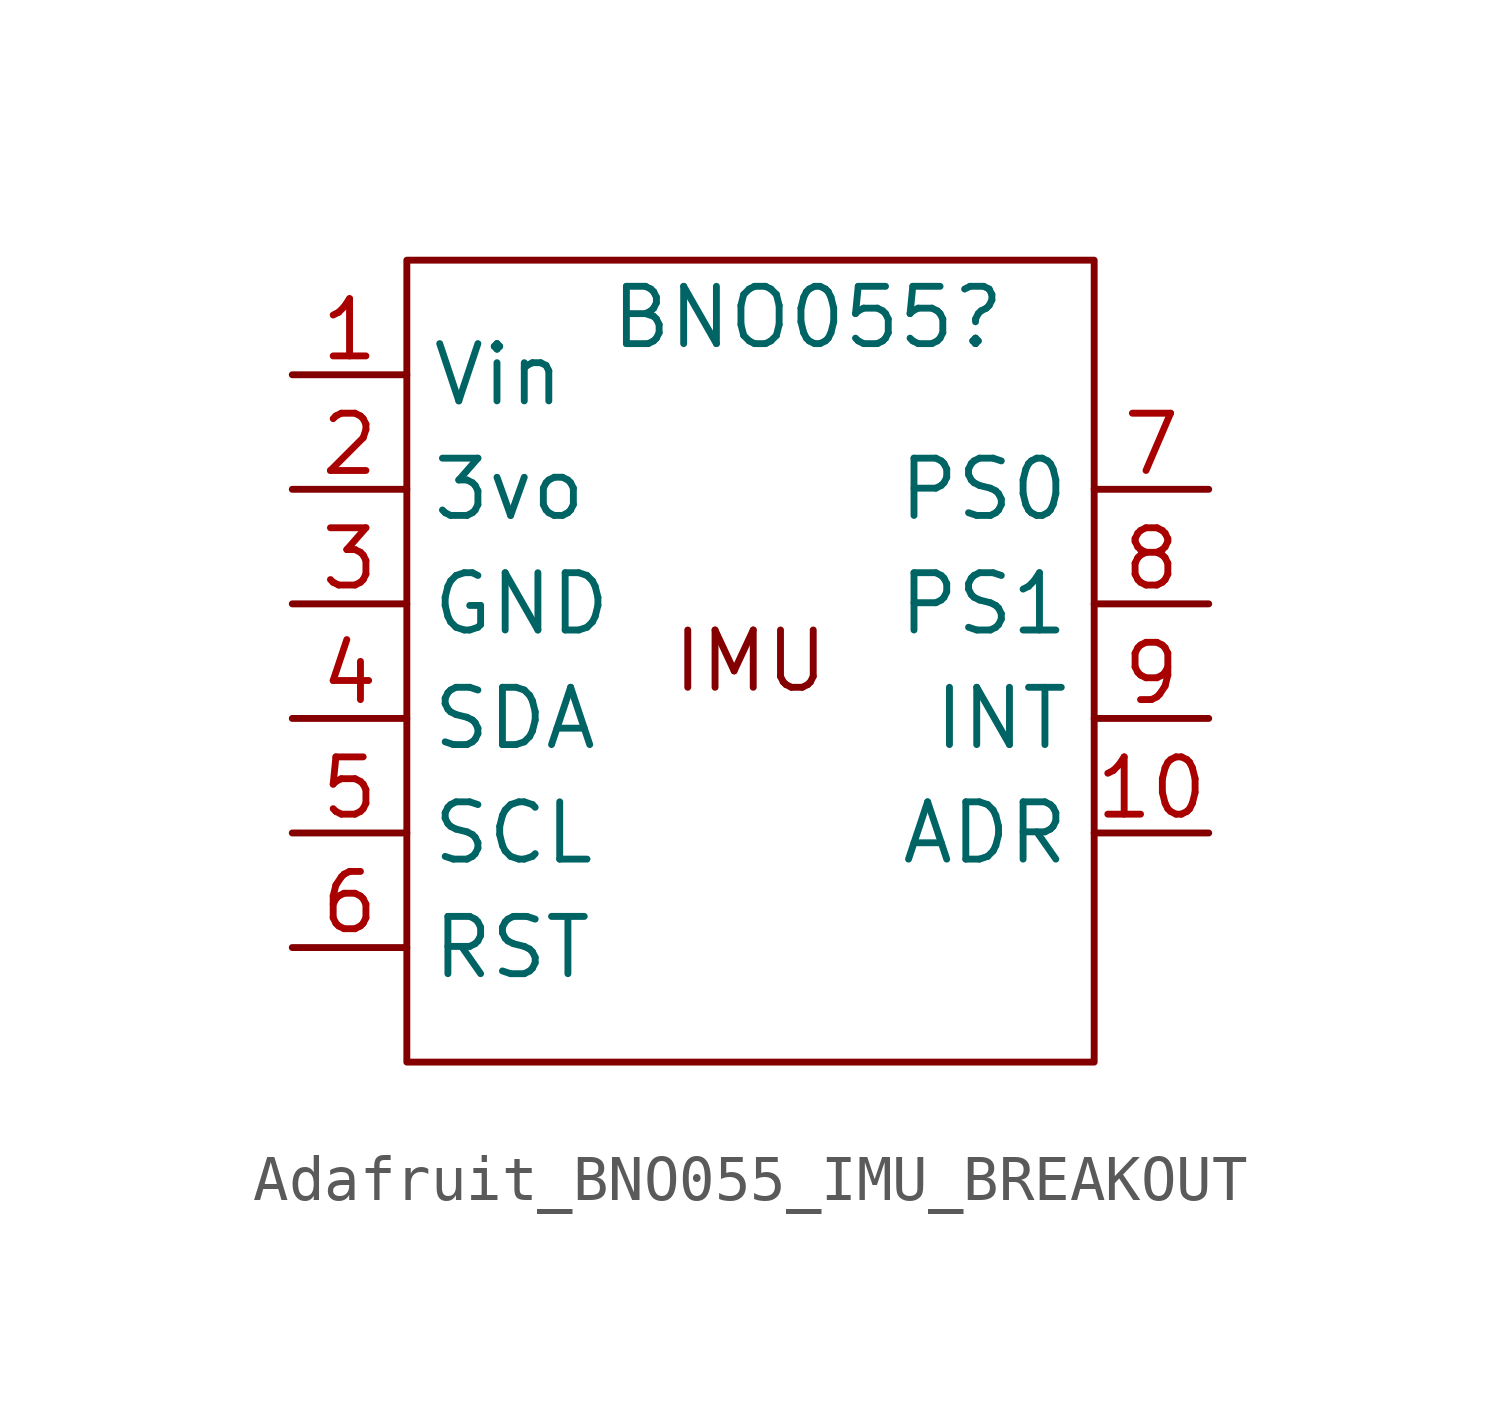
<source format=kicad_sym>
(kicad_symbol_lib
  (version 20220914)
  (generator kicad_symbol_editor)
  (symbol "Adafruit_BNO055_IMU_BREAKOUT"
    (property "Reference" "BNO055"
      (at 1.27 7.62 0)
      (effects (font (size 1.27 1.27))))
    (property "Value" ""
      (at 0 -1.27 0)
      (effects (font (size 1.27 1.27))))
    (symbol "Adafruit_BNO055_IMU_BREAKOUT_0_1"
      (rectangle (start -7.62 8.89) (end 7.62 -8.89) (stroke (width 0) (type default)) (fill (type none)))
      (text "IMU" (at 0 0 0) (effects (font (size 1.27 1.27)))))
    (symbol "Adafruit_BNO055_IMU_BREAKOUT_1_1"
      (pin input line (at -10.16 6.35 0) (length 2.54) (name "Vin" (effects (font (size 1.27 1.27)))) (number "1" (effects (font (size 1.27 1.27)))))
      (pin input line (at 10.16 -3.81 180) (length 2.54) (name "ADR" (effects (font (size 1.27 1.27)))) (number "10" (effects (font (size 1.27 1.27)))))
      (pin input line (at -10.16 3.81 0) (length 2.54) (name "3vo" (effects (font (size 1.27 1.27)))) (number "2" (effects (font (size 1.27 1.27)))))
      (pin input line (at -10.16 1.27 0) (length 2.54) (name "GND" (effects (font (size 1.27 1.27)))) (number "3" (effects (font (size 1.27 1.27)))))
      (pin input line (at -10.16 -1.27 0) (length 2.54) (name "SDA" (effects (font (size 1.27 1.27)))) (number "4" (effects (font (size 1.27 1.27)))))
      (pin input line (at -10.16 -3.81 0) (length 2.54) (name "SCL" (effects (font (size 1.27 1.27)))) (number "5" (effects (font (size 1.27 1.27)))))
      (pin input line (at -10.16 -6.35 0) (length 2.54) (name "RST" (effects (font (size 1.27 1.27)))) (number "6" (effects (font (size 1.27 1.27)))))
      (pin input line (at 10.16 3.81 180) (length 2.54) (name "PS0" (effects (font (size 1.27 1.27)))) (number "7" (effects (font (size 1.27 1.27)))))
      (pin input line (at 10.16 1.27 180) (length 2.54) (name "PS1" (effects (font (size 1.27 1.27)))) (number "8" (effects (font (size 1.27 1.27)))))
      (pin input line (at 10.16 -1.27 180) (length 2.54) (name "INT" (effects (font (size 1.27 1.27)))) (number "9" (effects (font (size 1.27 1.27))))))))
</source>
